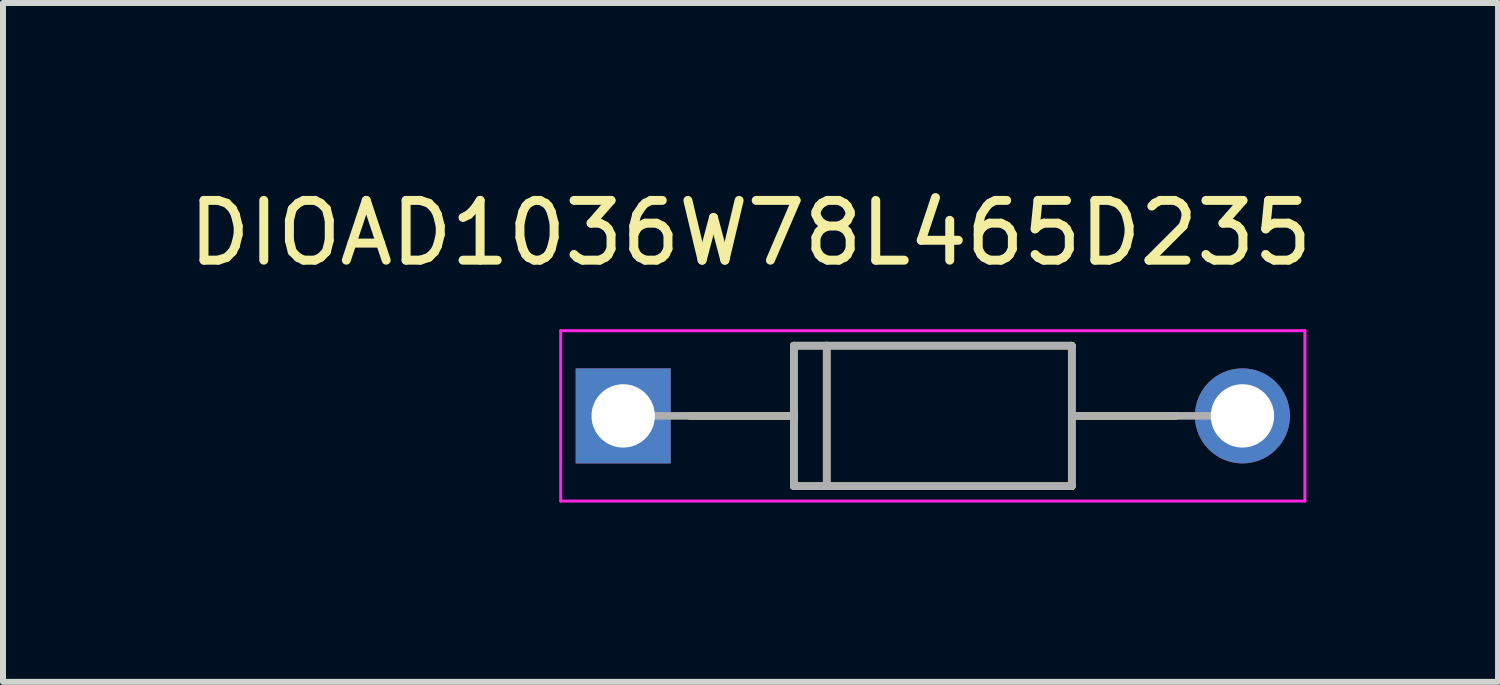
<source format=kicad_pcb>
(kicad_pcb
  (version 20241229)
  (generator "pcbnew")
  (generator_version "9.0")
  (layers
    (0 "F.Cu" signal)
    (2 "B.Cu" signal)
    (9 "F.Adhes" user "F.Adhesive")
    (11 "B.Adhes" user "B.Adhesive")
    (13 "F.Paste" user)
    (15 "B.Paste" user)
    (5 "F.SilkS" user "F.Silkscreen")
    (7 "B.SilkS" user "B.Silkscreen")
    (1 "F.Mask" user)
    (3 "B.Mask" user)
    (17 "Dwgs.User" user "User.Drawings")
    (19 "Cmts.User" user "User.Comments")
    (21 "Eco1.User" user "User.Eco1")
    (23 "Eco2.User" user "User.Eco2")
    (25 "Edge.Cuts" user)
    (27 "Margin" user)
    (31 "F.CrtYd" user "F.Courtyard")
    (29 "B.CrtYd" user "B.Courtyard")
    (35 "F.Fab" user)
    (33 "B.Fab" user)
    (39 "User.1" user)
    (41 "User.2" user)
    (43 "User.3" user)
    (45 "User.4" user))
  (footprint "DIOAD1036W78L465D235"
    (layer "F.Cu")
    (at 12.556 3.908)
    (property "Reference" "DIOAD1036W78L465D235" (at -3.05 -3.06 0) (layer "F.SilkS") (effects (font (size 1 1) (thickness 0.15))))
    (attr through_hole)
    (fp_line (start -2.325 -1.175) (end -2.325 0) (stroke (width 0.127) (type solid)) (layer "F.SilkS"))
    (fp_line (start -2.325 0) (end -4.065 0) (stroke (width 0.127) (type solid)) (layer "F.SilkS"))
    (fp_line (start -2.325 0) (end -2.325 1.175) (stroke (width 0.127) (type solid)) (layer "F.SilkS"))
    (fp_line (start -2.325 1.175) (end -1.775 1.175) (stroke (width 0.127) (type solid)) (layer "F.SilkS"))
    (fp_line (start -1.775 -1.175) (end -2.325 -1.175) (stroke (width 0.127) (type solid)) (layer "F.SilkS"))
    (fp_line (start -1.775 1.175) (end -1.775 -1.175) (stroke (width 0.127) (type solid)) (layer "F.SilkS"))
    (fp_line (start -1.775 1.175) (end 2.325 1.175) (stroke (width 0.127) (type solid)) (layer "F.SilkS"))
    (fp_line (start 2.325 -1.175) (end -1.775 -1.175) (stroke (width 0.127) (type solid)) (layer "F.SilkS"))
    (fp_line (start 2.325 0) (end 2.325 -1.175) (stroke (width 0.127) (type solid)) (layer "F.SilkS"))
    (fp_line (start 2.325 0) (end 4.065 0) (stroke (width 0.127) (type solid)) (layer "F.SilkS"))
    (fp_line (start 2.325 1.175) (end 2.325 0) (stroke (width 0.127) (type solid)) (layer "F.SilkS"))
    (fp_line (start -6.225 -1.425) (end -6.225 1.425) (stroke (width 0.05) (type solid)) (layer "F.CrtYd"))
    (fp_line (start -6.225 1.425) (end 6.225 1.425) (stroke (width 0.05) (type solid)) (layer "F.CrtYd"))
    (fp_line (start 6.225 -1.425) (end -6.225 -1.425) (stroke (width 0.05) (type solid)) (layer "F.CrtYd"))
    (fp_line (start 6.225 1.425) (end 6.225 -1.425) (stroke (width 0.05) (type solid)) (layer "F.CrtYd"))
    (fp_line (start -2.325 -1.175) (end -2.325 0) (stroke (width 0.127) (type solid)) (layer "F.Fab"))
    (fp_line (start -2.325 0) (end -5.18 0) (stroke (width 0.127) (type solid)) (layer "F.Fab"))
    (fp_line (start -2.325 0) (end -2.325 1.175) (stroke (width 0.127) (type solid)) (layer "F.Fab"))
    (fp_line (start -2.325 1.175) (end -1.775 1.175) (stroke (width 0.127) (type solid)) (layer "F.Fab"))
    (fp_line (start -1.775 -1.175) (end -2.325 -1.175) (stroke (width 0.127) (type solid)) (layer "F.Fab"))
    (fp_line (start -1.775 1.175) (end -1.775 -1.175) (stroke (width 0.127) (type solid)) (layer "F.Fab"))
    (fp_line (start -1.775 1.175) (end 2.325 1.175) (stroke (width 0.127) (type solid)) (layer "F.Fab"))
    (fp_line (start 2.325 -1.175) (end -1.775 -1.175) (stroke (width 0.127) (type solid)) (layer "F.Fab"))
    (fp_line (start 2.325 0) (end 2.325 -1.175) (stroke (width 0.127) (type solid)) (layer "F.Fab"))
    (fp_line (start 2.325 0) (end 5.18 0) (stroke (width 0.127) (type solid)) (layer "F.Fab"))
    (fp_line (start 2.325 1.175) (end 2.325 0) (stroke (width 0.127) (type solid)) (layer "F.Fab"))
    (pad "A" thru_hole circle (at 5.18 0) (size 1.59 1.59) (drill 1.06) (layers "*.Cu" "*.Mask"))
    (pad "C" thru_hole rect (at -5.18 0) (size 1.59 1.59) (drill 1.06) (layers "*.Cu" "*.Mask")))
  (gr_rect
    (start -3 -3)
    (end 22.012 8.358)
    (stroke (width 0.1) (type default))
    (fill no)
    (layer "Edge.Cuts")))
</source>
